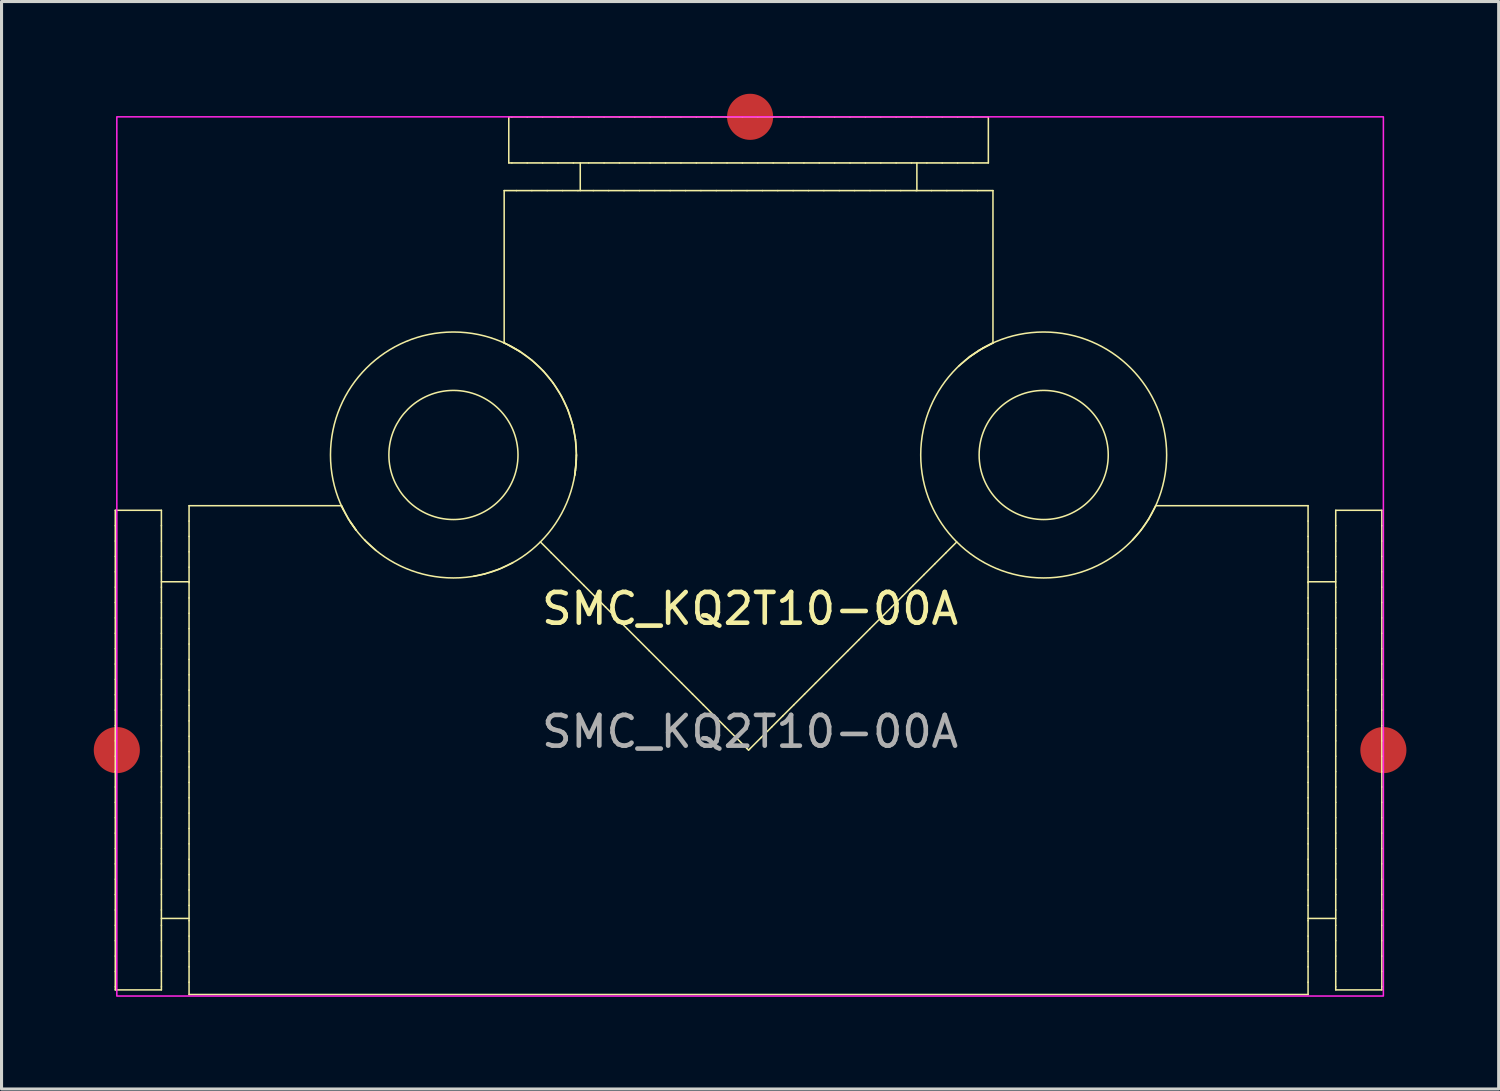
<source format=kicad_pcb>
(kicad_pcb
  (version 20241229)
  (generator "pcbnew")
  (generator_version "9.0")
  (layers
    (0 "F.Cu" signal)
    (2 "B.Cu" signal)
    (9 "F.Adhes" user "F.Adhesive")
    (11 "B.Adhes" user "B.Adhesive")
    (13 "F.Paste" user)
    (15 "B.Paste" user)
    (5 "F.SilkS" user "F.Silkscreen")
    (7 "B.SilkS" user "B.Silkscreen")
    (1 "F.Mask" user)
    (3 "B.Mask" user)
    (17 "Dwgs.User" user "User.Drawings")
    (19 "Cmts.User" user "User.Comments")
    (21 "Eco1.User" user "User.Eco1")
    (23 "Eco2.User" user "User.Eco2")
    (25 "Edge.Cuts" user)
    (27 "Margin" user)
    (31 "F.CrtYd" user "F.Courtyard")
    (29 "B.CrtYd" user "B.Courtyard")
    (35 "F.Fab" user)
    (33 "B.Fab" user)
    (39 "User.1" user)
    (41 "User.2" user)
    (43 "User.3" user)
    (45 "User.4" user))
  (footprint "SMC_KQ2T10-00A"
    (layer "F.Cu")
    (at 21.35 0.75)
    (property "Reference" "SMC_KQ2T10-00A" (at 0 16 0) (unlocked yes) (layer "F.SilkS") (effects (font (size 1 1) (thickness 0.15))))
    (fp_line (start -20.65 12.8) (end -20.65 13.3) (stroke (width 0.05) (type solid)) (layer "F.SilkS"))
    (fp_line (start -20.65 13.3) (end -20.65 13.8) (stroke (width 0.05) (type solid)) (layer "F.SilkS"))
    (fp_line (start -20.65 13.8) (end -20.65 14.3) (stroke (width 0.05) (type solid)) (layer "F.SilkS"))
    (fp_line (start -20.65 14.3) (end -20.65 14.8) (stroke (width 0.05) (type solid)) (layer "F.SilkS"))
    (fp_line (start -20.65 14.8) (end -20.65 15.3) (stroke (width 0.05) (type solid)) (layer "F.SilkS"))
    (fp_line (start -20.65 15.3) (end -20.65 15.8) (stroke (width 0.05) (type solid)) (layer "F.SilkS"))
    (fp_line (start -20.65 15.8) (end -20.65 16.3) (stroke (width 0.05) (type solid)) (layer "F.SilkS"))
    (fp_line (start -20.65 16.3) (end -20.65 16.8) (stroke (width 0.05) (type solid)) (layer "F.SilkS"))
    (fp_line (start -20.65 16.8) (end -20.65 17.3) (stroke (width 0.05) (type solid)) (layer "F.SilkS"))
    (fp_line (start -20.65 17.3) (end -20.65 17.8) (stroke (width 0.05) (type solid)) (layer "F.SilkS"))
    (fp_line (start -20.65 17.8) (end -20.65 18.3) (stroke (width 0.05) (type solid)) (layer "F.SilkS"))
    (fp_line (start -20.65 18.3) (end -20.65 18.8) (stroke (width 0.05) (type solid)) (layer "F.SilkS"))
    (fp_line (start -20.65 18.8) (end -20.65 19.3) (stroke (width 0.05) (type solid)) (layer "F.SilkS"))
    (fp_line (start -20.65 19.3) (end -20.65 19.8) (stroke (width 0.05) (type solid)) (layer "F.SilkS"))
    (fp_line (start -20.65 19.8) (end -20.65 20.3) (stroke (width 0.05) (type solid)) (layer "F.SilkS"))
    (fp_line (start -20.65 20.3) (end -20.65 20.8) (stroke (width 0.05) (type solid)) (layer "F.SilkS"))
    (fp_line (start -20.65 20.8) (end -20.65 21.3) (stroke (width 0.05) (type solid)) (layer "F.SilkS"))
    (fp_line (start -20.65 21.3) (end -20.65 21.8) (stroke (width 0.05) (type solid)) (layer "F.SilkS"))
    (fp_line (start -20.65 21.8) (end -20.65 22.3) (stroke (width 0.05) (type solid)) (layer "F.SilkS"))
    (fp_line (start -20.65 22.3) (end -20.65 22.8) (stroke (width 0.05) (type solid)) (layer "F.SilkS"))
    (fp_line (start -20.65 22.8) (end -20.65 23.3) (stroke (width 0.05) (type solid)) (layer "F.SilkS"))
    (fp_line (start -20.65 23.3) (end -20.65 23.8) (stroke (width 0.05) (type solid)) (layer "F.SilkS"))
    (fp_line (start -20.65 23.8) (end -20.65 24.3) (stroke (width 0.05) (type solid)) (layer "F.SilkS"))
    (fp_line (start -20.65 24.3) (end -20.65 24.8) (stroke (width 0.05) (type solid)) (layer "F.SilkS"))
    (fp_line (start -20.65 24.8) (end -20.65 25.3) (stroke (width 0.05) (type solid)) (layer "F.SilkS"))
    (fp_line (start -20.65 25.3) (end -20.65 25.8) (stroke (width 0.05) (type solid)) (layer "F.SilkS"))
    (fp_line (start -20.65 25.8) (end -20.65 26.3) (stroke (width 0.05) (type solid)) (layer "F.SilkS"))
    (fp_line (start -20.65 26.3) (end -20.65 26.8) (stroke (width 0.05) (type solid)) (layer "F.SilkS"))
    (fp_line (start -20.65 26.8) (end -20.65 27.3) (stroke (width 0.05) (type solid)) (layer "F.SilkS"))
    (fp_line (start -20.65 27.3) (end -20.65 27.8) (stroke (width 0.05) (type solid)) (layer "F.SilkS"))
    (fp_line (start -20.65 27.8) (end -20.65 28.3) (stroke (width 0.05) (type solid)) (layer "F.SilkS"))
    (fp_line (start -20.65 28.3) (end -20.65 28.4) (stroke (width 0.05) (type solid)) (layer "F.SilkS"))
    (fp_line (start -19.15 12.8) (end -20.65 12.8) (stroke (width 0.05) (type solid)) (layer "F.SilkS"))
    (fp_line (start -19.15 12.8) (end -19.15 13.3) (stroke (width 0.05) (type solid)) (layer "F.SilkS"))
    (fp_line (start -19.15 13.3) (end -19.15 13.8) (stroke (width 0.05) (type solid)) (layer "F.SilkS"))
    (fp_line (start -19.15 13.8) (end -19.15 14.3) (stroke (width 0.05) (type solid)) (layer "F.SilkS"))
    (fp_line (start -19.15 14.3) (end -19.15 14.8) (stroke (width 0.05) (type solid)) (layer "F.SilkS"))
    (fp_line (start -19.15 14.8) (end -19.15 15.3) (stroke (width 0.05) (type solid)) (layer "F.SilkS"))
    (fp_line (start -19.15 15.3) (end -19.15 15.8) (stroke (width 0.05) (type solid)) (layer "F.SilkS"))
    (fp_line (start -19.15 15.8) (end -19.15 16.3) (stroke (width 0.05) (type solid)) (layer "F.SilkS"))
    (fp_line (start -19.15 16.3) (end -19.15 16.8) (stroke (width 0.05) (type solid)) (layer "F.SilkS"))
    (fp_line (start -19.15 16.8) (end -19.15 17.3) (stroke (width 0.05) (type solid)) (layer "F.SilkS"))
    (fp_line (start -19.15 17.3) (end -19.15 17.8) (stroke (width 0.05) (type solid)) (layer "F.SilkS"))
    (fp_line (start -19.15 17.8) (end -19.15 18.3) (stroke (width 0.05) (type solid)) (layer "F.SilkS"))
    (fp_line (start -19.15 18.3) (end -19.15 18.8) (stroke (width 0.05) (type solid)) (layer "F.SilkS"))
    (fp_line (start -19.15 18.8) (end -19.15 19.3) (stroke (width 0.05) (type solid)) (layer "F.SilkS"))
    (fp_line (start -19.15 19.3) (end -19.15 19.8) (stroke (width 0.05) (type solid)) (layer "F.SilkS"))
    (fp_line (start -19.15 19.8) (end -19.15 20.3) (stroke (width 0.05) (type solid)) (layer "F.SilkS"))
    (fp_line (start -19.15 20.3) (end -19.15 20.8) (stroke (width 0.05) (type solid)) (layer "F.SilkS"))
    (fp_line (start -19.15 20.8) (end -19.15 21.3) (stroke (width 0.05) (type solid)) (layer "F.SilkS"))
    (fp_line (start -19.15 21.3) (end -19.15 21.8) (stroke (width 0.05) (type solid)) (layer "F.SilkS"))
    (fp_line (start -19.15 21.8) (end -19.15 22.3) (stroke (width 0.05) (type solid)) (layer "F.SilkS"))
    (fp_line (start -19.15 22.3) (end -19.15 22.8) (stroke (width 0.05) (type solid)) (layer "F.SilkS"))
    (fp_line (start -19.15 22.8) (end -19.15 23.3) (stroke (width 0.05) (type solid)) (layer "F.SilkS"))
    (fp_line (start -19.15 23.3) (end -19.15 23.8) (stroke (width 0.05) (type solid)) (layer "F.SilkS"))
    (fp_line (start -19.15 23.8) (end -19.15 24.3) (stroke (width 0.05) (type solid)) (layer "F.SilkS"))
    (fp_line (start -19.15 24.3) (end -19.15 24.8) (stroke (width 0.05) (type solid)) (layer "F.SilkS"))
    (fp_line (start -19.15 24.8) (end -19.15 25.3) (stroke (width 0.05) (type solid)) (layer "F.SilkS"))
    (fp_line (start -19.15 25.3) (end -19.15 25.8) (stroke (width 0.05) (type solid)) (layer "F.SilkS"))
    (fp_line (start -19.15 25.8) (end -19.15 26.3) (stroke (width 0.05) (type solid)) (layer "F.SilkS"))
    (fp_line (start -19.15 26.3) (end -19.15 26.8) (stroke (width 0.05) (type solid)) (layer "F.SilkS"))
    (fp_line (start -19.15 26.8) (end -19.15 27.3) (stroke (width 0.05) (type solid)) (layer "F.SilkS"))
    (fp_line (start -19.15 27.3) (end -19.15 27.8) (stroke (width 0.05) (type solid)) (layer "F.SilkS"))
    (fp_line (start -19.15 27.8) (end -19.15 28.3) (stroke (width 0.05) (type solid)) (layer "F.SilkS"))
    (fp_line (start -19.15 28.3) (end -19.15 28.4) (stroke (width 0.05) (type solid)) (layer "F.SilkS"))
    (fp_line (start -19.15 28.4) (end -20.65 28.4) (stroke (width 0.05) (type solid)) (layer "F.SilkS"))
    (fp_line (start -18.25 12.65) (end -18.25 13.15) (stroke (width 0.05) (type solid)) (layer "F.SilkS"))
    (fp_line (start -18.25 13.15) (end -18.25 13.65) (stroke (width 0.05) (type solid)) (layer "F.SilkS"))
    (fp_line (start -18.25 13.65) (end -18.25 14.15) (stroke (width 0.05) (type solid)) (layer "F.SilkS"))
    (fp_line (start -18.25 14.15) (end -18.25 14.65) (stroke (width 0.05) (type solid)) (layer "F.SilkS"))
    (fp_line (start -18.25 14.65) (end -18.25 15.15) (stroke (width 0.05) (type solid)) (layer "F.SilkS"))
    (fp_line (start -18.25 15.125) (end -19.15 15.125) (stroke (width 0.05) (type solid)) (layer "F.SilkS"))
    (fp_line (start -18.25 15.15) (end -18.25 15.65) (stroke (width 0.05) (type solid)) (layer "F.SilkS"))
    (fp_line (start -18.25 15.65) (end -18.25 16.15) (stroke (width 0.05) (type solid)) (layer "F.SilkS"))
    (fp_line (start -18.25 16.15) (end -18.25 16.65) (stroke (width 0.05) (type solid)) (layer "F.SilkS"))
    (fp_line (start -18.25 16.65) (end -18.25 17.15) (stroke (width 0.05) (type solid)) (layer "F.SilkS"))
    (fp_line (start -18.25 17.15) (end -18.25 17.65) (stroke (width 0.05) (type solid)) (layer "F.SilkS"))
    (fp_line (start -18.25 17.65) (end -18.25 18.15) (stroke (width 0.05) (type solid)) (layer "F.SilkS"))
    (fp_line (start -18.25 18.15) (end -18.25 18.65) (stroke (width 0.05) (type solid)) (layer "F.SilkS"))
    (fp_line (start -18.25 18.65) (end -18.25 19.15) (stroke (width 0.05) (type solid)) (layer "F.SilkS"))
    (fp_line (start -18.25 19.15) (end -18.25 19.65) (stroke (width 0.05) (type solid)) (layer "F.SilkS"))
    (fp_line (start -18.25 19.65) (end -18.25 20.15) (stroke (width 0.05) (type solid)) (layer "F.SilkS"))
    (fp_line (start -18.25 20.15) (end -18.25 20.65) (stroke (width 0.05) (type solid)) (layer "F.SilkS"))
    (fp_line (start -18.25 20.65) (end -18.25 21.15) (stroke (width 0.05) (type solid)) (layer "F.SilkS"))
    (fp_line (start -18.25 21.15) (end -18.25 21.65) (stroke (width 0.05) (type solid)) (layer "F.SilkS"))
    (fp_line (start -18.25 21.65) (end -18.25 22.15) (stroke (width 0.05) (type solid)) (layer "F.SilkS"))
    (fp_line (start -18.25 22.15) (end -18.25 22.65) (stroke (width 0.05) (type solid)) (layer "F.SilkS"))
    (fp_line (start -18.25 22.65) (end -18.25 23.15) (stroke (width 0.05) (type solid)) (layer "F.SilkS"))
    (fp_line (start -18.25 23.15) (end -18.25 23.65) (stroke (width 0.05) (type solid)) (layer "F.SilkS"))
    (fp_line (start -18.25 23.65) (end -18.25 24.15) (stroke (width 0.05) (type solid)) (layer "F.SilkS"))
    (fp_line (start -18.25 24.15) (end -18.25 24.65) (stroke (width 0.05) (type solid)) (layer "F.SilkS"))
    (fp_line (start -18.25 24.65) (end -18.25 25.15) (stroke (width 0.05) (type solid)) (layer "F.SilkS"))
    (fp_line (start -18.25 25.15) (end -18.25 25.65) (stroke (width 0.05) (type solid)) (layer "F.SilkS"))
    (fp_line (start -18.25 25.65) (end -18.25 26.15) (stroke (width 0.05) (type solid)) (layer "F.SilkS"))
    (fp_line (start -18.25 26.075) (end -19.15 26.075) (stroke (width 0.05) (type solid)) (layer "F.SilkS"))
    (fp_line (start -18.25 26.15) (end -18.25 26.65) (stroke (width 0.05) (type solid)) (layer "F.SilkS"))
    (fp_line (start -18.25 26.65) (end -18.25 27.15) (stroke (width 0.05) (type solid)) (layer "F.SilkS"))
    (fp_line (start -18.25 27.15) (end -18.25 27.65) (stroke (width 0.05) (type solid)) (layer "F.SilkS"))
    (fp_line (start -18.25 27.65) (end -18.25 28.15) (stroke (width 0.05) (type solid)) (layer "F.SilkS"))
    (fp_line (start -18.25 28.15) (end -18.25 28.55) (stroke (width 0.05) (type solid)) (layer "F.SilkS"))
    (fp_line (start -13.294 12.65) (end -18.25 12.65) (stroke (width 0.05) (type solid)) (layer "F.SilkS"))
    (fp_line (start -13.294 12.65) (end -13.06 13.091) (stroke (width 0.05) (type solid)) (layer "F.SilkS"))
    (fp_line (start -13.231 12.783) (end -13.294 12.65) (stroke (width 0.05) (type solid)) (layer "F.SilkS"))
    (fp_line (start -13.06 13.091) (end -12.813 13.449) (stroke (width 0.05) (type solid)) (layer "F.SilkS"))
    (fp_line (start -12.815 13.447) (end -13.011 13.169) (stroke (width 0.05) (type solid)) (layer "F.SilkS"))
    (fp_line (start -12.537 13.769) (end -12.541 13.765) (stroke (width 0.05) (type solid)) (layer "F.SilkS"))
    (fp_line (start -12.169 14.107) (end -12.537 13.769) (stroke (width 0.05) (type solid)) (layer "F.SilkS"))
    (fp_line (start -8.636 14.869) (end -8.994 14.946) (stroke (width 0.05) (type solid)) (layer "F.SilkS"))
    (fp_line (start -8.162 14.713) (end -8.636 14.869) (stroke (width 0.05) (type solid)) (layer "F.SilkS"))
    (fp_line (start -8 7.356) (end -8 2.4) (stroke (width 0.05) (type solid)) (layer "F.SilkS"))
    (fp_line (start -8 7.356) (end -7.963 7.373) (stroke (width 0.05) (type solid)) (layer "F.SilkS"))
    (fp_line (start -7.925 7.391) (end -8 7.356) (stroke (width 0.05) (type solid)) (layer "F.SilkS"))
    (fp_line (start -7.867 7.419) (end -7.479 7.64) (stroke (width 0.05) (type solid)) (layer "F.SilkS"))
    (fp_line (start -7.85 1.5) (end -7.85 0) (stroke (width 0.05) (type solid)) (layer "F.SilkS"))
    (fp_line (start -7.75 0) (end -7.85 0) (stroke (width 0.05) (type solid)) (layer "F.SilkS"))
    (fp_line (start -7.75 1.5) (end -7.85 1.5) (stroke (width 0.05) (type solid)) (layer "F.SilkS"))
    (fp_line (start -7.71 14.498) (end -8.162 14.713) (stroke (width 0.05) (type solid)) (layer "F.SilkS"))
    (fp_line (start -7.6 2.4) (end -8 2.4) (stroke (width 0.05) (type solid)) (layer "F.SilkS"))
    (fp_line (start -7.489 7.634) (end -7.925 7.391) (stroke (width 0.05) (type solid)) (layer "F.SilkS"))
    (fp_line (start -7.25 0) (end -7.75 0) (stroke (width 0.05) (type solid)) (layer "F.SilkS"))
    (fp_line (start -7.25 1.5) (end -7.75 1.5) (stroke (width 0.05) (type solid)) (layer "F.SilkS"))
    (fp_line (start -7.1 2.4) (end -7.6 2.4) (stroke (width 0.05) (type solid)) (layer "F.SilkS"))
    (fp_line (start -7.086 7.93) (end -7.489 7.634) (stroke (width 0.05) (type solid)) (layer "F.SilkS"))
    (fp_line (start -6.822 13.828) (end -6.468 14.182) (stroke (width 0.05) (type solid)) (layer "F.SilkS"))
    (fp_line (start -6.75 0) (end -7.25 0) (stroke (width 0.05) (type solid)) (layer "F.SilkS"))
    (fp_line (start -6.75 1.5) (end -7.25 1.5) (stroke (width 0.05) (type solid)) (layer "F.SilkS"))
    (fp_line (start -6.723 8.273) (end -7.086 7.93) (stroke (width 0.05) (type solid)) (layer "F.SilkS"))
    (fp_line (start -6.6 2.4) (end -7.1 2.4) (stroke (width 0.05) (type solid)) (layer "F.SilkS"))
    (fp_line (start -6.468 14.182) (end -6.114 14.536) (stroke (width 0.05) (type solid)) (layer "F.SilkS"))
    (fp_line (start -6.406 8.66) (end -6.723 8.273) (stroke (width 0.05) (type solid)) (layer "F.SilkS"))
    (fp_line (start -6.25 0) (end -6.75 0) (stroke (width 0.05) (type solid)) (layer "F.SilkS"))
    (fp_line (start -6.25 1.5) (end -6.75 1.5) (stroke (width 0.05) (type solid)) (layer "F.SilkS"))
    (fp_line (start -6.14 9.082) (end -6.406 8.66) (stroke (width 0.05) (type solid)) (layer "F.SilkS"))
    (fp_line (start -6.114 14.536) (end -5.761 14.889) (stroke (width 0.05) (type solid)) (layer "F.SilkS"))
    (fp_line (start -6.1 2.4) (end -6.6 2.4) (stroke (width 0.05) (type solid)) (layer "F.SilkS"))
    (fp_line (start -5.928 9.535) (end -6.14 9.082) (stroke (width 0.05) (type solid)) (layer "F.SilkS"))
    (fp_line (start -5.774 10.01) (end -5.928 9.535) (stroke (width 0.05) (type solid)) (layer "F.SilkS"))
    (fp_line (start -5.761 14.889) (end -5.407 15.243) (stroke (width 0.05) (type solid)) (layer "F.SilkS"))
    (fp_line (start -5.75 0) (end -6.25 0) (stroke (width 0.05) (type solid)) (layer "F.SilkS"))
    (fp_line (start -5.75 1.5) (end -6.25 1.5) (stroke (width 0.05) (type solid)) (layer "F.SilkS"))
    (fp_line (start -5.704 11.657) (end -5.653 11.16) (stroke (width 0.05) (type solid)) (layer "F.SilkS"))
    (fp_line (start -5.681 10.501) (end -5.774 10.01) (stroke (width 0.05) (type solid)) (layer "F.SilkS"))
    (fp_line (start -5.681 11.499) (end -5.704 11.655) (stroke (width 0.05) (type solid)) (layer "F.SilkS"))
    (fp_line (start -5.653 11.16) (end -5.65 11) (stroke (width 0.05) (type solid)) (layer "F.SilkS"))
    (fp_line (start -5.65 11) (end -5.681 10.501) (stroke (width 0.05) (type solid)) (layer "F.SilkS"))
    (fp_line (start -5.65 11) (end -5.681 11.499) (stroke (width 0.05) (type solid)) (layer "F.SilkS"))
    (fp_line (start -5.6 2.4) (end -6.1 2.4) (stroke (width 0.05) (type solid)) (layer "F.SilkS"))
    (fp_line (start -5.525 2.4) (end -5.525 1.5) (stroke (width 0.05) (type solid)) (layer "F.SilkS"))
    (fp_line (start -5.407 15.243) (end -5.054 15.596) (stroke (width 0.05) (type solid)) (layer "F.SilkS"))
    (fp_line (start -5.25 0) (end -5.75 0) (stroke (width 0.05) (type solid)) (layer "F.SilkS"))
    (fp_line (start -5.25 1.5) (end -5.75 1.5) (stroke (width 0.05) (type solid)) (layer "F.SilkS"))
    (fp_line (start -5.1 2.4) (end -5.6 2.4) (stroke (width 0.05) (type solid)) (layer "F.SilkS"))
    (fp_line (start -5.054 15.596) (end -4.7 15.95) (stroke (width 0.05) (type solid)) (layer "F.SilkS"))
    (fp_line (start -4.75 0) (end -5.25 0) (stroke (width 0.05) (type solid)) (layer "F.SilkS"))
    (fp_line (start -4.75 1.5) (end -5.25 1.5) (stroke (width 0.05) (type solid)) (layer "F.SilkS"))
    (fp_line (start -4.7 15.95) (end -4.347 16.303) (stroke (width 0.05) (type solid)) (layer "F.SilkS"))
    (fp_line (start -4.6 2.4) (end -5.1 2.4) (stroke (width 0.05) (type solid)) (layer "F.SilkS"))
    (fp_line (start -4.347 16.303) (end -3.993 16.657) (stroke (width 0.05) (type solid)) (layer "F.SilkS"))
    (fp_line (start -4.25 0) (end -4.75 0) (stroke (width 0.05) (type solid)) (layer "F.SilkS"))
    (fp_line (start -4.25 1.5) (end -4.75 1.5) (stroke (width 0.05) (type solid)) (layer "F.SilkS"))
    (fp_line (start -4.1 2.4) (end -4.6 2.4) (stroke (width 0.05) (type solid)) (layer "F.SilkS"))
    (fp_line (start -3.993 16.657) (end -3.64 17.01) (stroke (width 0.05) (type solid)) (layer "F.SilkS"))
    (fp_line (start -3.75 0) (end -4.25 0) (stroke (width 0.05) (type solid)) (layer "F.SilkS"))
    (fp_line (start -3.75 1.5) (end -4.25 1.5) (stroke (width 0.05) (type solid)) (layer "F.SilkS"))
    (fp_line (start -3.64 17.01) (end -3.286 17.364) (stroke (width 0.05) (type solid)) (layer "F.SilkS"))
    (fp_line (start -3.6 2.4) (end -4.1 2.4) (stroke (width 0.05) (type solid)) (layer "F.SilkS"))
    (fp_line (start -3.286 17.364) (end -2.932 17.717) (stroke (width 0.05) (type solid)) (layer "F.SilkS"))
    (fp_line (start -3.25 0) (end -3.75 0) (stroke (width 0.05) (type solid)) (layer "F.SilkS"))
    (fp_line (start -3.25 1.5) (end -3.75 1.5) (stroke (width 0.05) (type solid)) (layer "F.SilkS"))
    (fp_line (start -3.1 2.4) (end -3.6 2.4) (stroke (width 0.05) (type solid)) (layer "F.SilkS"))
    (fp_line (start -2.932 17.717) (end -2.579 18.071) (stroke (width 0.05) (type solid)) (layer "F.SilkS"))
    (fp_line (start -2.75 0) (end -3.25 0) (stroke (width 0.05) (type solid)) (layer "F.SilkS"))
    (fp_line (start -2.75 1.5) (end -3.25 1.5) (stroke (width 0.05) (type solid)) (layer "F.SilkS"))
    (fp_line (start -2.6 2.4) (end -3.1 2.4) (stroke (width 0.05) (type solid)) (layer "F.SilkS"))
    (fp_line (start -2.579 18.071) (end -2.225 18.425) (stroke (width 0.05) (type solid)) (layer "F.SilkS"))
    (fp_line (start -2.25 0) (end -2.75 0) (stroke (width 0.05) (type solid)) (layer "F.SilkS"))
    (fp_line (start -2.25 1.5) (end -2.75 1.5) (stroke (width 0.05) (type solid)) (layer "F.SilkS"))
    (fp_line (start -2.225 18.425) (end -1.872 18.778) (stroke (width 0.05) (type solid)) (layer "F.SilkS"))
    (fp_line (start -2.1 2.4) (end -2.6 2.4) (stroke (width 0.05) (type solid)) (layer "F.SilkS"))
    (fp_line (start -1.872 18.778) (end -1.518 19.132) (stroke (width 0.05) (type solid)) (layer "F.SilkS"))
    (fp_line (start -1.75 0) (end -2.25 0) (stroke (width 0.05) (type solid)) (layer "F.SilkS"))
    (fp_line (start -1.75 1.5) (end -2.25 1.5) (stroke (width 0.05) (type solid)) (layer "F.SilkS"))
    (fp_line (start -1.6 2.4) (end -2.1 2.4) (stroke (width 0.05) (type solid)) (layer "F.SilkS"))
    (fp_line (start -1.518 19.132) (end -1.165 19.485) (stroke (width 0.05) (type solid)) (layer "F.SilkS"))
    (fp_line (start -1.25 0) (end -1.75 0) (stroke (width 0.05) (type solid)) (layer "F.SilkS"))
    (fp_line (start -1.25 1.5) (end -1.75 1.5) (stroke (width 0.05) (type solid)) (layer "F.SilkS"))
    (fp_line (start -1.165 19.485) (end -0.811 19.839) (stroke (width 0.05) (type solid)) (layer "F.SilkS"))
    (fp_line (start -1.1 2.4) (end -1.6 2.4) (stroke (width 0.05) (type solid)) (layer "F.SilkS"))
    (fp_line (start -0.811 19.839) (end -0.458 20.192) (stroke (width 0.05) (type solid)) (layer "F.SilkS"))
    (fp_line (start -0.75 0) (end -1.25 0) (stroke (width 0.05) (type solid)) (layer "F.SilkS"))
    (fp_line (start -0.75 1.5) (end -1.25 1.5) (stroke (width 0.05) (type solid)) (layer "F.SilkS"))
    (fp_line (start -0.6 2.4) (end -1.1 2.4) (stroke (width 0.05) (type solid)) (layer "F.SilkS"))
    (fp_line (start -0.458 20.192) (end -0.104 20.546) (stroke (width 0.05) (type solid)) (layer "F.SilkS"))
    (fp_line (start -0.25 0) (end -0.75 0) (stroke (width 0.05) (type solid)) (layer "F.SilkS"))
    (fp_line (start -0.25 1.5) (end -0.75 1.5) (stroke (width 0.05) (type solid)) (layer "F.SilkS"))
    (fp_line (start -0.104 20.546) (end -0.05 20.6) (stroke (width 0.05) (type solid)) (layer "F.SilkS"))
    (fp_line (start -0.1 2.4) (end -0.6 2.4) (stroke (width 0.05) (type solid)) (layer "F.SilkS"))
    (fp_line (start 0.004 20.546) (end -0.05 20.6) (stroke (width 0.05) (type solid)) (layer "F.SilkS"))
    (fp_line (start 0.25 0) (end -0.25 0) (stroke (width 0.05) (type solid)) (layer "F.SilkS"))
    (fp_line (start 0.25 1.5) (end -0.25 1.5) (stroke (width 0.05) (type solid)) (layer "F.SilkS"))
    (fp_line (start 0.358 20.192) (end 0.004 20.546) (stroke (width 0.05) (type solid)) (layer "F.SilkS"))
    (fp_line (start 0.4 2.4) (end -0.1 2.4) (stroke (width 0.05) (type solid)) (layer "F.SilkS"))
    (fp_line (start 0.711 19.839) (end 0.358 20.192) (stroke (width 0.05) (type solid)) (layer "F.SilkS"))
    (fp_line (start 0.75 0) (end 0.25 0) (stroke (width 0.05) (type solid)) (layer "F.SilkS"))
    (fp_line (start 0.75 1.5) (end 0.25 1.5) (stroke (width 0.05) (type solid)) (layer "F.SilkS"))
    (fp_line (start 0.9 2.4) (end 0.4 2.4) (stroke (width 0.05) (type solid)) (layer "F.SilkS"))
    (fp_line (start 1.065 19.485) (end 0.711 19.839) (stroke (width 0.05) (type solid)) (layer "F.SilkS"))
    (fp_line (start 1.25 0) (end 0.75 0) (stroke (width 0.05) (type solid)) (layer "F.SilkS"))
    (fp_line (start 1.25 1.5) (end 0.75 1.5) (stroke (width 0.05) (type solid)) (layer "F.SilkS"))
    (fp_line (start 1.4 2.4) (end 0.9 2.4) (stroke (width 0.05) (type solid)) (layer "F.SilkS"))
    (fp_line (start 1.418 19.132) (end 1.065 19.485) (stroke (width 0.05) (type solid)) (layer "F.SilkS"))
    (fp_line (start 1.75 0) (end 1.25 0) (stroke (width 0.05) (type solid)) (layer "F.SilkS"))
    (fp_line (start 1.75 1.5) (end 1.25 1.5) (stroke (width 0.05) (type solid)) (layer "F.SilkS"))
    (fp_line (start 1.772 18.778) (end 1.418 19.132) (stroke (width 0.05) (type solid)) (layer "F.SilkS"))
    (fp_line (start 1.9 2.4) (end 1.4 2.4) (stroke (width 0.05) (type solid)) (layer "F.SilkS"))
    (fp_line (start 2.125 18.425) (end 1.772 18.778) (stroke (width 0.05) (type solid)) (layer "F.SilkS"))
    (fp_line (start 2.25 0) (end 1.75 0) (stroke (width 0.05) (type solid)) (layer "F.SilkS"))
    (fp_line (start 2.25 1.5) (end 1.75 1.5) (stroke (width 0.05) (type solid)) (layer "F.SilkS"))
    (fp_line (start 2.4 2.4) (end 1.9 2.4) (stroke (width 0.05) (type solid)) (layer "F.SilkS"))
    (fp_line (start 2.479 18.071) (end 2.125 18.425) (stroke (width 0.05) (type solid)) (layer "F.SilkS"))
    (fp_line (start 2.75 0) (end 2.25 0) (stroke (width 0.05) (type solid)) (layer "F.SilkS"))
    (fp_line (start 2.75 1.5) (end 2.25 1.5) (stroke (width 0.05) (type solid)) (layer "F.SilkS"))
    (fp_line (start 2.832 17.717) (end 2.479 18.071) (stroke (width 0.05) (type solid)) (layer "F.SilkS"))
    (fp_line (start 2.9 2.4) (end 2.4 2.4) (stroke (width 0.05) (type solid)) (layer "F.SilkS"))
    (fp_line (start 3.186 17.364) (end 2.832 17.717) (stroke (width 0.05) (type solid)) (layer "F.SilkS"))
    (fp_line (start 3.25 0) (end 2.75 0) (stroke (width 0.05) (type solid)) (layer "F.SilkS"))
    (fp_line (start 3.25 1.5) (end 2.75 1.5) (stroke (width 0.05) (type solid)) (layer "F.SilkS"))
    (fp_line (start 3.4 2.4) (end 2.9 2.4) (stroke (width 0.05) (type solid)) (layer "F.SilkS"))
    (fp_line (start 3.54 17.01) (end 3.186 17.364) (stroke (width 0.05) (type solid)) (layer "F.SilkS"))
    (fp_line (start 3.75 0) (end 3.25 0) (stroke (width 0.05) (type solid)) (layer "F.SilkS"))
    (fp_line (start 3.75 1.5) (end 3.25 1.5) (stroke (width 0.05) (type solid)) (layer "F.SilkS"))
    (fp_line (start 3.893 16.657) (end 3.54 17.01) (stroke (width 0.05) (type solid)) (layer "F.SilkS"))
    (fp_line (start 3.9 2.4) (end 3.4 2.4) (stroke (width 0.05) (type solid)) (layer "F.SilkS"))
    (fp_line (start 4.247 16.303) (end 3.893 16.657) (stroke (width 0.05) (type solid)) (layer "F.SilkS"))
    (fp_line (start 4.25 0) (end 3.75 0) (stroke (width 0.05) (type solid)) (layer "F.SilkS"))
    (fp_line (start 4.25 1.5) (end 3.75 1.5) (stroke (width 0.05) (type solid)) (layer "F.SilkS"))
    (fp_line (start 4.4 2.4) (end 3.9 2.4) (stroke (width 0.05) (type solid)) (layer "F.SilkS"))
    (fp_line (start 4.6 15.95) (end 4.247 16.303) (stroke (width 0.05) (type solid)) (layer "F.SilkS"))
    (fp_line (start 4.75 0) (end 4.25 0) (stroke (width 0.05) (type solid)) (layer "F.SilkS"))
    (fp_line (start 4.75 1.5) (end 4.25 1.5) (stroke (width 0.05) (type solid)) (layer "F.SilkS"))
    (fp_line (start 4.9 2.4) (end 4.4 2.4) (stroke (width 0.05) (type solid)) (layer "F.SilkS"))
    (fp_line (start 4.954 15.596) (end 4.6 15.95) (stroke (width 0.05) (type solid)) (layer "F.SilkS"))
    (fp_line (start 5.25 0) (end 4.75 0) (stroke (width 0.05) (type solid)) (layer "F.SilkS"))
    (fp_line (start 5.25 1.5) (end 4.75 1.5) (stroke (width 0.05) (type solid)) (layer "F.SilkS"))
    (fp_line (start 5.307 15.243) (end 4.954 15.596) (stroke (width 0.05) (type solid)) (layer "F.SilkS"))
    (fp_line (start 5.4 2.4) (end 4.9 2.4) (stroke (width 0.05) (type solid)) (layer "F.SilkS"))
    (fp_line (start 5.425 2.4) (end 5.425 1.5) (stroke (width 0.05) (type solid)) (layer "F.SilkS"))
    (fp_line (start 5.661 14.889) (end 5.307 15.243) (stroke (width 0.05) (type solid)) (layer "F.SilkS"))
    (fp_line (start 5.75 0) (end 5.25 0) (stroke (width 0.05) (type solid)) (layer "F.SilkS"))
    (fp_line (start 5.75 1.5) (end 5.25 1.5) (stroke (width 0.05) (type solid)) (layer "F.SilkS"))
    (fp_line (start 5.9 2.4) (end 5.4 2.4) (stroke (width 0.05) (type solid)) (layer "F.SilkS"))
    (fp_line (start 6.014 14.536) (end 5.661 14.889) (stroke (width 0.05) (type solid)) (layer "F.SilkS"))
    (fp_line (start 6.25 0) (end 5.75 0) (stroke (width 0.05) (type solid)) (layer "F.SilkS"))
    (fp_line (start 6.25 1.5) (end 5.75 1.5) (stroke (width 0.05) (type solid)) (layer "F.SilkS"))
    (fp_line (start 6.368 14.182) (end 6.014 14.536) (stroke (width 0.05) (type solid)) (layer "F.SilkS"))
    (fp_line (start 6.4 2.4) (end 5.9 2.4) (stroke (width 0.05) (type solid)) (layer "F.SilkS"))
    (fp_line (start 6.722 13.828) (end 6.368 14.182) (stroke (width 0.05) (type solid)) (layer "F.SilkS"))
    (fp_line (start 6.75 0) (end 6.25 0) (stroke (width 0.05) (type solid)) (layer "F.SilkS"))
    (fp_line (start 6.75 1.5) (end 6.25 1.5) (stroke (width 0.05) (type solid)) (layer "F.SilkS"))
    (fp_line (start 6.781 8.113) (end 7.163 7.79) (stroke (width 0.05) (type solid)) (layer "F.SilkS"))
    (fp_line (start 6.9 2.4) (end 6.4 2.4) (stroke (width 0.05) (type solid)) (layer "F.SilkS"))
    (fp_line (start 7.163 7.79) (end 7.582 7.518) (stroke (width 0.05) (type solid)) (layer "F.SilkS"))
    (fp_line (start 7.25 0) (end 6.75 0) (stroke (width 0.05) (type solid)) (layer "F.SilkS"))
    (fp_line (start 7.25 1.5) (end 6.75 1.5) (stroke (width 0.05) (type solid)) (layer "F.SilkS"))
    (fp_line (start 7.4 2.4) (end 6.9 2.4) (stroke (width 0.05) (type solid)) (layer "F.SilkS"))
    (fp_line (start 7.459 7.59) (end 7.106 7.833) (stroke (width 0.05) (type solid)) (layer "F.SilkS"))
    (fp_line (start 7.582 7.518) (end 7.9 7.356) (stroke (width 0.05) (type solid)) (layer "F.SilkS"))
    (fp_line (start 7.75 0) (end 7.25 0) (stroke (width 0.05) (type solid)) (layer "F.SilkS"))
    (fp_line (start 7.75 1.5) (end 7.25 1.5) (stroke (width 0.05) (type solid)) (layer "F.SilkS"))
    (fp_line (start 7.75 1.5) (end 7.75 0) (stroke (width 0.05) (type solid)) (layer "F.SilkS"))
    (fp_line (start 7.9 2.4) (end 7.4 2.4) (stroke (width 0.05) (type solid)) (layer "F.SilkS"))
    (fp_line (start 7.9 7.356) (end 7.459 7.59) (stroke (width 0.05) (type solid)) (layer "F.SilkS"))
    (fp_line (start 7.9 7.356) (end 7.9 2.4) (stroke (width 0.05) (type solid)) (layer "F.SilkS"))
    (fp_line (start 12.711 13.452) (end 12.443 13.762) (stroke (width 0.05) (type solid)) (layer "F.SilkS"))
    (fp_line (start 12.96 13.091) (end 12.719 13.44) (stroke (width 0.05) (type solid)) (layer "F.SilkS"))
    (fp_line (start 13.194 12.65) (end 12.96 13.091) (stroke (width 0.05) (type solid)) (layer "F.SilkS"))
    (fp_line (start 18.15 12.65) (end 13.194 12.65) (stroke (width 0.05) (type solid)) (layer "F.SilkS"))
    (fp_line (start 18.15 12.65) (end 18.15 13.15) (stroke (width 0.05) (type solid)) (layer "F.SilkS"))
    (fp_line (start 18.15 13.15) (end 18.15 13.65) (stroke (width 0.05) (type solid)) (layer "F.SilkS"))
    (fp_line (start 18.15 13.65) (end 18.15 14.15) (stroke (width 0.05) (type solid)) (layer "F.SilkS"))
    (fp_line (start 18.15 14.15) (end 18.15 14.65) (stroke (width 0.05) (type solid)) (layer "F.SilkS"))
    (fp_line (start 18.15 14.65) (end 18.15 15.15) (stroke (width 0.05) (type solid)) (layer "F.SilkS"))
    (fp_line (start 18.15 15.15) (end 18.15 15.65) (stroke (width 0.05) (type solid)) (layer "F.SilkS"))
    (fp_line (start 18.15 15.65) (end 18.15 16.15) (stroke (width 0.05) (type solid)) (layer "F.SilkS"))
    (fp_line (start 18.15 16.15) (end 18.15 16.65) (stroke (width 0.05) (type solid)) (layer "F.SilkS"))
    (fp_line (start 18.15 16.65) (end 18.15 17.15) (stroke (width 0.05) (type solid)) (layer "F.SilkS"))
    (fp_line (start 18.15 17.15) (end 18.15 17.65) (stroke (width 0.05) (type solid)) (layer "F.SilkS"))
    (fp_line (start 18.15 17.65) (end 18.15 18.15) (stroke (width 0.05) (type solid)) (layer "F.SilkS"))
    (fp_line (start 18.15 18.15) (end 18.15 18.65) (stroke (width 0.05) (type solid)) (layer "F.SilkS"))
    (fp_line (start 18.15 18.65) (end 18.15 19.15) (stroke (width 0.05) (type solid)) (layer "F.SilkS"))
    (fp_line (start 18.15 19.15) (end 18.15 19.65) (stroke (width 0.05) (type solid)) (layer "F.SilkS"))
    (fp_line (start 18.15 19.65) (end 18.15 20.15) (stroke (width 0.05) (type solid)) (layer "F.SilkS"))
    (fp_line (start 18.15 20.15) (end 18.15 20.65) (stroke (width 0.05) (type solid)) (layer "F.SilkS"))
    (fp_line (start 18.15 20.65) (end 18.15 21.15) (stroke (width 0.05) (type solid)) (layer "F.SilkS"))
    (fp_line (start 18.15 21.15) (end 18.15 21.65) (stroke (width 0.05) (type solid)) (layer "F.SilkS"))
    (fp_line (start 18.15 21.65) (end 18.15 22.15) (stroke (width 0.05) (type solid)) (layer "F.SilkS"))
    (fp_line (start 18.15 22.15) (end 18.15 22.65) (stroke (width 0.05) (type solid)) (layer "F.SilkS"))
    (fp_line (start 18.15 22.65) (end 18.15 23.15) (stroke (width 0.05) (type solid)) (layer "F.SilkS"))
    (fp_line (start 18.15 23.15) (end 18.15 23.65) (stroke (width 0.05) (type solid)) (layer "F.SilkS"))
    (fp_line (start 18.15 23.65) (end 18.15 24.15) (stroke (width 0.05) (type solid)) (layer "F.SilkS"))
    (fp_line (start 18.15 24.15) (end 18.15 24.65) (stroke (width 0.05) (type solid)) (layer "F.SilkS"))
    (fp_line (start 18.15 24.65) (end 18.15 25.15) (stroke (width 0.05) (type solid)) (layer "F.SilkS"))
    (fp_line (start 18.15 25.15) (end 18.15 25.65) (stroke (width 0.05) (type solid)) (layer "F.SilkS"))
    (fp_line (start 18.15 25.65) (end 18.15 26.15) (stroke (width 0.05) (type solid)) (layer "F.SilkS"))
    (fp_line (start 18.15 26.15) (end 18.15 26.65) (stroke (width 0.05) (type solid)) (layer "F.SilkS"))
    (fp_line (start 18.15 26.65) (end 18.15 27.15) (stroke (width 0.05) (type solid)) (layer "F.SilkS"))
    (fp_line (start 18.15 27.15) (end 18.15 27.65) (stroke (width 0.05) (type solid)) (layer "F.SilkS"))
    (fp_line (start 18.15 27.65) (end 18.15 28.15) (stroke (width 0.05) (type solid)) (layer "F.SilkS"))
    (fp_line (start 18.15 28.15) (end 18.15 28.55) (stroke (width 0.05) (type solid)) (layer "F.SilkS"))
    (fp_line (start 18.15 28.55) (end -18.25 28.55) (stroke (width 0.05) (type solid)) (layer "F.SilkS"))
    (fp_line (start 19.05 12.8) (end 19.05 13.3) (stroke (width 0.05) (type solid)) (layer "F.SilkS"))
    (fp_line (start 19.05 13.3) (end 19.05 13.8) (stroke (width 0.05) (type solid)) (layer "F.SilkS"))
    (fp_line (start 19.05 13.8) (end 19.05 14.3) (stroke (width 0.05) (type solid)) (layer "F.SilkS"))
    (fp_line (start 19.05 14.3) (end 19.05 14.8) (stroke (width 0.05) (type solid)) (layer "F.SilkS"))
    (fp_line (start 19.05 14.8) (end 19.05 15.3) (stroke (width 0.05) (type solid)) (layer "F.SilkS"))
    (fp_line (start 19.05 15.125) (end 18.15 15.125) (stroke (width 0.05) (type solid)) (layer "F.SilkS"))
    (fp_line (start 19.05 15.3) (end 19.05 15.8) (stroke (width 0.05) (type solid)) (layer "F.SilkS"))
    (fp_line (start 19.05 15.8) (end 19.05 16.3) (stroke (width 0.05) (type solid)) (layer "F.SilkS"))
    (fp_line (start 19.05 16.3) (end 19.05 16.8) (stroke (width 0.05) (type solid)) (layer "F.SilkS"))
    (fp_line (start 19.05 16.8) (end 19.05 17.3) (stroke (width 0.05) (type solid)) (layer "F.SilkS"))
    (fp_line (start 19.05 17.3) (end 19.05 17.8) (stroke (width 0.05) (type solid)) (layer "F.SilkS"))
    (fp_line (start 19.05 17.8) (end 19.05 18.3) (stroke (width 0.05) (type solid)) (layer "F.SilkS"))
    (fp_line (start 19.05 18.3) (end 19.05 18.8) (stroke (width 0.05) (type solid)) (layer "F.SilkS"))
    (fp_line (start 19.05 18.8) (end 19.05 19.3) (stroke (width 0.05) (type solid)) (layer "F.SilkS"))
    (fp_line (start 19.05 19.3) (end 19.05 19.8) (stroke (width 0.05) (type solid)) (layer "F.SilkS"))
    (fp_line (start 19.05 19.8) (end 19.05 20.3) (stroke (width 0.05) (type solid)) (layer "F.SilkS"))
    (fp_line (start 19.05 20.3) (end 19.05 20.8) (stroke (width 0.05) (type solid)) (layer "F.SilkS"))
    (fp_line (start 19.05 20.8) (end 19.05 21.3) (stroke (width 0.05) (type solid)) (layer "F.SilkS"))
    (fp_line (start 19.05 21.3) (end 19.05 21.8) (stroke (width 0.05) (type solid)) (layer "F.SilkS"))
    (fp_line (start 19.05 21.8) (end 19.05 22.3) (stroke (width 0.05) (type solid)) (layer "F.SilkS"))
    (fp_line (start 19.05 22.3) (end 19.05 22.8) (stroke (width 0.05) (type solid)) (layer "F.SilkS"))
    (fp_line (start 19.05 22.8) (end 19.05 23.3) (stroke (width 0.05) (type solid)) (layer "F.SilkS"))
    (fp_line (start 19.05 23.3) (end 19.05 23.8) (stroke (width 0.05) (type solid)) (layer "F.SilkS"))
    (fp_line (start 19.05 23.8) (end 19.05 24.3) (stroke (width 0.05) (type solid)) (layer "F.SilkS"))
    (fp_line (start 19.05 24.3) (end 19.05 24.8) (stroke (width 0.05) (type solid)) (layer "F.SilkS"))
    (fp_line (start 19.05 24.8) (end 19.05 25.3) (stroke (width 0.05) (type solid)) (layer "F.SilkS"))
    (fp_line (start 19.05 25.3) (end 19.05 25.8) (stroke (width 0.05) (type solid)) (layer "F.SilkS"))
    (fp_line (start 19.05 25.8) (end 19.05 26.3) (stroke (width 0.05) (type solid)) (layer "F.SilkS"))
    (fp_line (start 19.05 26.075) (end 18.15 26.075) (stroke (width 0.05) (type solid)) (layer "F.SilkS"))
    (fp_line (start 19.05 26.3) (end 19.05 26.8) (stroke (width 0.05) (type solid)) (layer "F.SilkS"))
    (fp_line (start 19.05 26.8) (end 19.05 27.3) (stroke (width 0.05) (type solid)) (layer "F.SilkS"))
    (fp_line (start 19.05 27.3) (end 19.05 27.8) (stroke (width 0.05) (type solid)) (layer "F.SilkS"))
    (fp_line (start 19.05 27.8) (end 19.05 28.3) (stroke (width 0.05) (type solid)) (layer "F.SilkS"))
    (fp_line (start 19.05 28.3) (end 19.05 28.4) (stroke (width 0.05) (type solid)) (layer "F.SilkS"))
    (fp_line (start 20.55 12.8) (end 19.05 12.8) (stroke (width 0.05) (type solid)) (layer "F.SilkS"))
    (fp_line (start 20.55 12.8) (end 20.55 13.3) (stroke (width 0.05) (type solid)) (layer "F.SilkS"))
    (fp_line (start 20.55 13.3) (end 20.55 13.8) (stroke (width 0.05) (type solid)) (layer "F.SilkS"))
    (fp_line (start 20.55 13.8) (end 20.55 14.3) (stroke (width 0.05) (type solid)) (layer "F.SilkS"))
    (fp_line (start 20.55 14.3) (end 20.55 14.8) (stroke (width 0.05) (type solid)) (layer "F.SilkS"))
    (fp_line (start 20.55 14.8) (end 20.55 15.3) (stroke (width 0.05) (type solid)) (layer "F.SilkS"))
    (fp_line (start 20.55 15.3) (end 20.55 15.8) (stroke (width 0.05) (type solid)) (layer "F.SilkS"))
    (fp_line (start 20.55 15.8) (end 20.55 16.3) (stroke (width 0.05) (type solid)) (layer "F.SilkS"))
    (fp_line (start 20.55 16.3) (end 20.55 16.8) (stroke (width 0.05) (type solid)) (layer "F.SilkS"))
    (fp_line (start 20.55 16.8) (end 20.55 17.3) (stroke (width 0.05) (type solid)) (layer "F.SilkS"))
    (fp_line (start 20.55 17.3) (end 20.55 17.8) (stroke (width 0.05) (type solid)) (layer "F.SilkS"))
    (fp_line (start 20.55 17.8) (end 20.55 18.3) (stroke (width 0.05) (type solid)) (layer "F.SilkS"))
    (fp_line (start 20.55 18.3) (end 20.55 18.8) (stroke (width 0.05) (type solid)) (layer "F.SilkS"))
    (fp_line (start 20.55 18.8) (end 20.55 19.3) (stroke (width 0.05) (type solid)) (layer "F.SilkS"))
    (fp_line (start 20.55 19.3) (end 20.55 19.8) (stroke (width 0.05) (type solid)) (layer "F.SilkS"))
    (fp_line (start 20.55 19.8) (end 20.55 20.3) (stroke (width 0.05) (type solid)) (layer "F.SilkS"))
    (fp_line (start 20.55 20.3) (end 20.55 20.8) (stroke (width 0.05) (type solid)) (layer "F.SilkS"))
    (fp_line (start 20.55 20.8) (end 20.55 21.3) (stroke (width 0.05) (type solid)) (layer "F.SilkS"))
    (fp_line (start 20.55 21.3) (end 20.55 21.8) (stroke (width 0.05) (type solid)) (layer "F.SilkS"))
    (fp_line (start 20.55 21.8) (end 20.55 22.3) (stroke (width 0.05) (type solid)) (layer "F.SilkS"))
    (fp_line (start 20.55 22.3) (end 20.55 22.8) (stroke (width 0.05) (type solid)) (layer "F.SilkS"))
    (fp_line (start 20.55 22.8) (end 20.55 23.3) (stroke (width 0.05) (type solid)) (layer "F.SilkS"))
    (fp_line (start 20.55 23.3) (end 20.55 23.8) (stroke (width 0.05) (type solid)) (layer "F.SilkS"))
    (fp_line (start 20.55 23.8) (end 20.55 24.3) (stroke (width 0.05) (type solid)) (layer "F.SilkS"))
    (fp_line (start 20.55 24.3) (end 20.55 24.8) (stroke (width 0.05) (type solid)) (layer "F.SilkS"))
    (fp_line (start 20.55 24.8) (end 20.55 25.3) (stroke (width 0.05) (type solid)) (layer "F.SilkS"))
    (fp_line (start 20.55 25.3) (end 20.55 25.8) (stroke (width 0.05) (type solid)) (layer "F.SilkS"))
    (fp_line (start 20.55 25.8) (end 20.55 26.3) (stroke (width 0.05) (type solid)) (layer "F.SilkS"))
    (fp_line (start 20.55 26.3) (end 20.55 26.8) (stroke (width 0.05) (type solid)) (layer "F.SilkS"))
    (fp_line (start 20.55 26.8) (end 20.55 27.3) (stroke (width 0.05) (type solid)) (layer "F.SilkS"))
    (fp_line (start 20.55 27.3) (end 20.55 27.8) (stroke (width 0.05) (type solid)) (layer "F.SilkS"))
    (fp_line (start 20.55 27.8) (end 20.55 28.3) (stroke (width 0.05) (type solid)) (layer "F.SilkS"))
    (fp_line (start 20.55 28.3) (end 20.55 28.4) (stroke (width 0.05) (type solid)) (layer "F.SilkS"))
    (fp_line (start 20.55 28.4) (end 19.05 28.4) (stroke (width 0.05) (type solid)) (layer "F.SilkS"))
    (fp_circle (center -9.65 11) (end -13.65 11) (stroke (width 0.05) (type solid)) (fill no) (layer "F.SilkS"))
    (fp_circle (center -9.65 11) (end -11.75 11) (stroke (width 0.05) (type solid)) (fill no) (layer "F.SilkS"))
    (fp_circle (center 9.55 11) (end 5.55 11) (stroke (width 0.05) (type solid)) (fill no) (layer "F.SilkS"))
    (fp_circle (center 9.55 11) (end 7.45 11) (stroke (width 0.05) (type solid)) (fill no) (layer "F.SilkS"))
    (fp_rect (start -20.6 0) (end 20.6 28.6) (stroke (width 0.05) (type solid)) (fill no) (layer "F.CrtYd"))
    (fp_text user "${REFERENCE}" (at 0 20 0) (unlocked yes) (layer "F.Fab") (effects (font (size 1 1) (thickness 0.15))))
    (pad "1" smd circle (at 0 0) (size 1.5 1.5) (layers "F.Cu" "F.Mask" "F.Paste"))
    (pad "2" smd circle (at 20.6 20.6) (size 1.5 1.5) (layers "F.Cu" "F.Mask" "F.Paste"))
    (pad "3" smd circle (at -20.6 20.6) (size 1.5 1.5) (layers "F.Cu" "F.Mask" "F.Paste")))
  (gr_rect
    (start -3 -3)
    (end 45.7 32.375)
    (stroke (width 0.1) (type default))
    (fill no)
    (layer "Edge.Cuts")))
</source>
